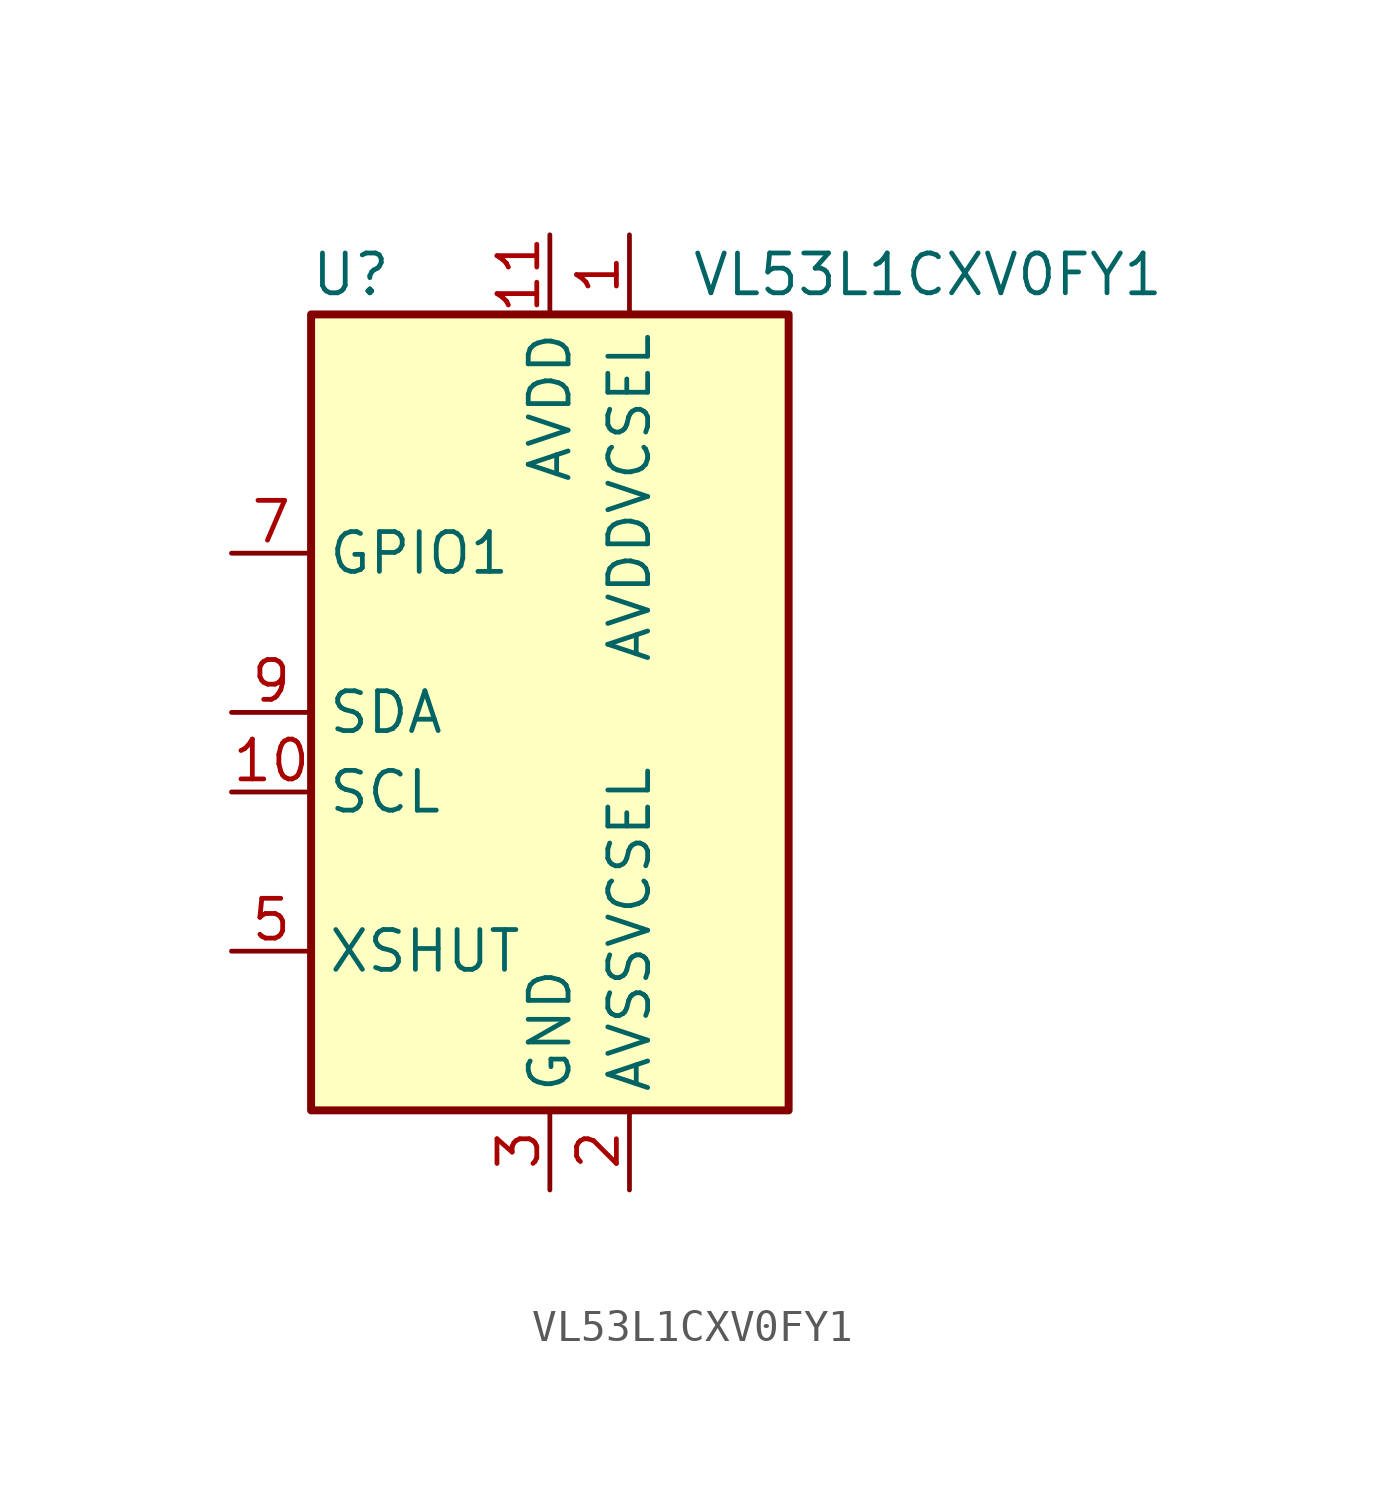
<source format=kicad_sym>
(kicad_symbol_lib
  (version 20241209)
  (generator "kicad_symbol_editor")
  (generator_version "9.0")
  (symbol "VL53L1CXV0FY1"
    (property "Reference" "U"
      (at -6.35 13.97 0)
      (effects (font (size 1.27 1.27))))
    (property "Value" "VL53L1CXV0FY1"
      (at 12.065 13.97 0)
      (effects (font (size 1.27 1.27))))
    (symbol "VL53L1CXV0FY1_0_1"
      (rectangle (start -7.62 12.7) (end 7.62 -12.7) (stroke (width 0.254) (type default)) (fill (type background))))
    (symbol "VL53L1CXV0FY1_1_1"
      (pin open_collector line (at -10.16 5.08 0) (length 2.54) (name "GPIO1" (effects (font (size 1.27 1.27)))) (number "7" (effects (font (size 1.27 1.27)))))
      (pin bidirectional line (at -10.16 0 0) (length 2.54) (name "SDA" (effects (font (size 1.27 1.27)))) (number "9" (effects (font (size 1.27 1.27)))))
      (pin input line (at -10.16 -2.54 0) (length 2.54) (name "SCL" (effects (font (size 1.27 1.27)))) (number "10" (effects (font (size 1.27 1.27)))))
      (pin input line (at -10.16 -7.62 0) (length 2.54) (name "XSHUT" (effects (font (size 1.27 1.27)))) (number "5" (effects (font (size 1.27 1.27)))))
      (pin no_connect line (at -7.62 7.62 0) (length 2.54) (hide yes) (name "DNC" (effects (font (size 1.27 1.27)))) (number "8" (effects (font (size 1.27 1.27)))))
      (pin power_in line (at 0 15.24 270) (length 2.54) (name "AVDD" (effects (font (size 1.27 1.27)))) (number "11" (effects (font (size 1.27 1.27)))))
      (pin passive line (at 0 -15.24 90) (length 2.54) (hide yes) (name "GND" (effects (font (size 1.27 1.27)))) (number "12" (effects (font (size 1.27 1.27)))))
      (pin power_in line (at 0 -15.24 90) (length 2.54) (name "GND" (effects (font (size 1.27 1.27)))) (number "3" (effects (font (size 1.27 1.27)))))
      (pin passive line (at 0 -15.24 90) (length 2.54) (hide yes) (name "GND" (effects (font (size 1.27 1.27)))) (number "4" (effects (font (size 1.27 1.27)))))
      (pin passive line (at 0 -15.24 90) (length 2.54) (hide yes) (name "GND" (effects (font (size 1.27 1.27)))) (number "6" (effects (font (size 1.27 1.27)))))
      (pin power_in line (at 2.54 15.24 270) (length 2.54) (name "AVDDVCSEL" (effects (font (size 1.27 1.27)))) (number "1" (effects (font (size 1.27 1.27)))))
      (pin power_in line (at 2.54 -15.24 90) (length 2.54) (name "AVSSVCSEL" (effects (font (size 1.27 1.27)))) (number "2" (effects (font (size 1.27 1.27))))))))
</source>
